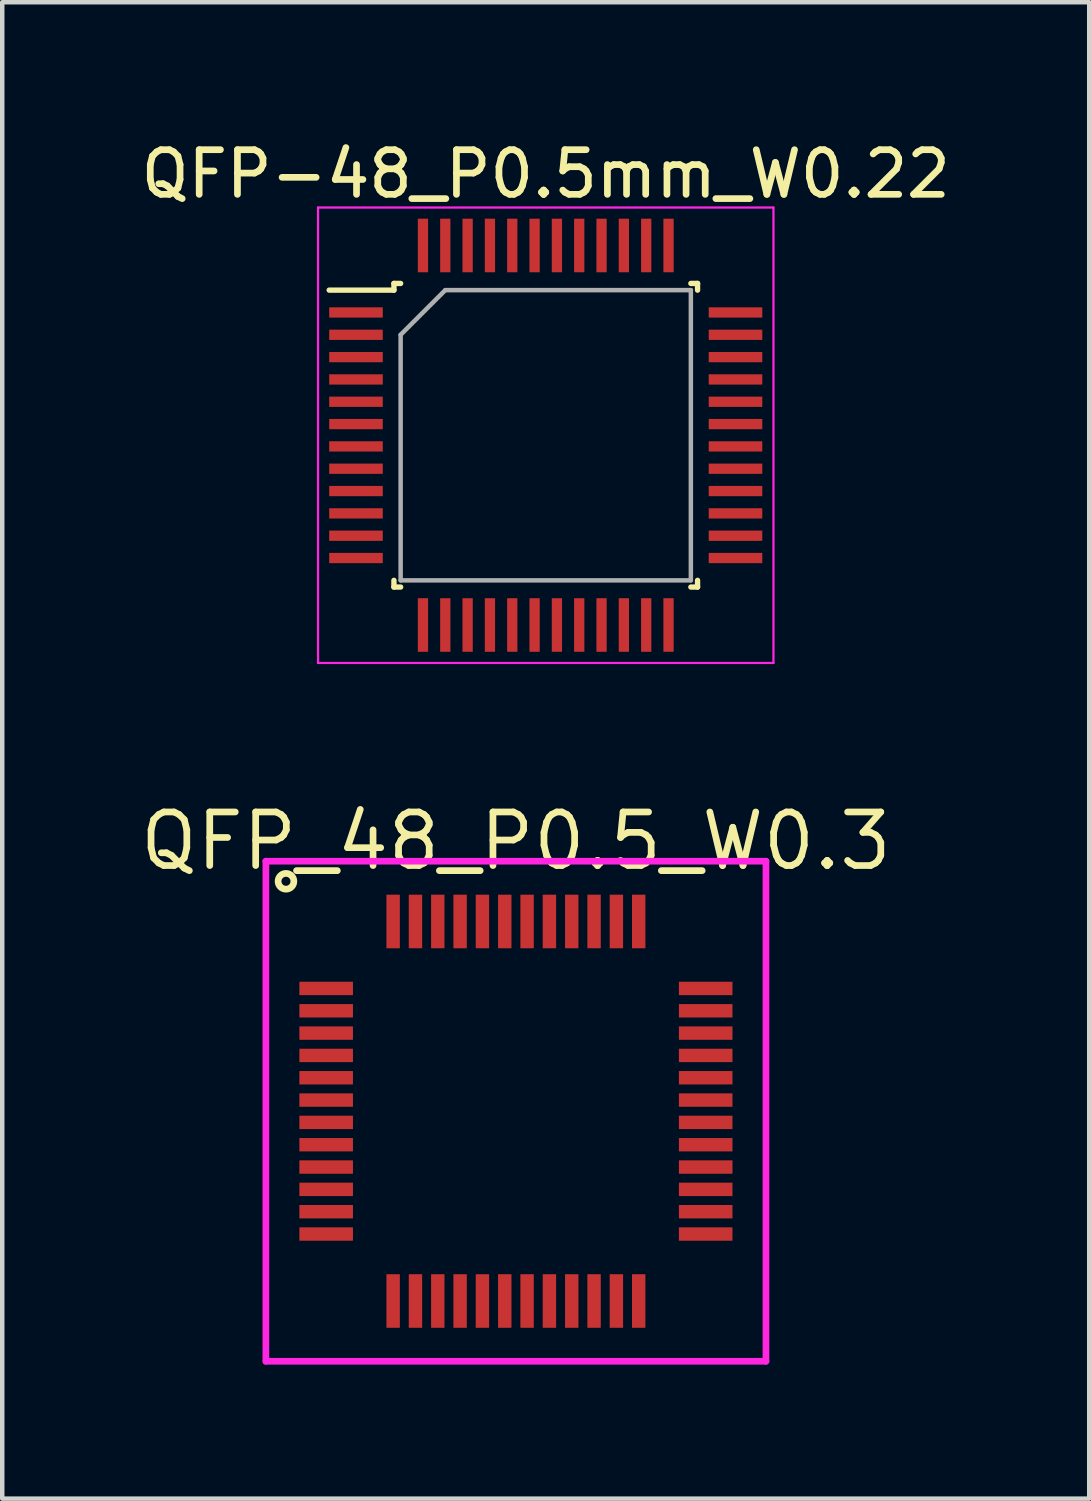
<source format=kicad_pcb>
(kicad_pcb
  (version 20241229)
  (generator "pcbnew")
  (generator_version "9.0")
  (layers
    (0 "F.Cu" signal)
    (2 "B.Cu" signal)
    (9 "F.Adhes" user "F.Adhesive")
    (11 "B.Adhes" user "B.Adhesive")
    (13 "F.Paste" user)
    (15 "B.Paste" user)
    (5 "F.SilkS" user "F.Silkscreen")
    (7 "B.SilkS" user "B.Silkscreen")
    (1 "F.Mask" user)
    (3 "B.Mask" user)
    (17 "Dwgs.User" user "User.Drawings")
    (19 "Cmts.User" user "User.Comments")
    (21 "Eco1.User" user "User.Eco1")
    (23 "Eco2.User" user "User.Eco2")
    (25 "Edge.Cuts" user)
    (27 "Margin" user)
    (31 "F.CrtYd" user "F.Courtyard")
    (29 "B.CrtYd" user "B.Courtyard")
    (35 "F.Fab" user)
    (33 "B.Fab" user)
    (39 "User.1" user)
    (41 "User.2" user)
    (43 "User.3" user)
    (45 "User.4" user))
  (footprint "QFP-48_P0.5mm_W0.22"
    (layer "F.Cu")
    (at 9.173 6.698)
    (property "Reference" "QFP-48_P0.5mm_W0.22" (at 0 -5.85 0) (layer "F.SilkS") (effects (font (size 1 1) (thickness 0.15))))
    (attr smd)
    (fp_line (start -3.4 -3.4) (end -3.4 -3.25) (stroke (width 0.12) (type solid)) (layer "F.SilkS"))
    (fp_line (start -3.4 -3.25) (end -4.85 -3.25) (stroke (width 0.12) (type solid)) (layer "F.SilkS"))
    (fp_line (start -3.4 3.4) (end -3.4 3.25) (stroke (width 0.12) (type solid)) (layer "F.SilkS"))
    (fp_line (start -3.25 -3.4) (end -3.4 -3.4) (stroke (width 0.12) (type solid)) (layer "F.SilkS"))
    (fp_line (start -3.25 3.4) (end -3.4 3.4) (stroke (width 0.12) (type solid)) (layer "F.SilkS"))
    (fp_line (start 3.25 -3.4) (end 3.4 -3.4) (stroke (width 0.12) (type solid)) (layer "F.SilkS"))
    (fp_line (start 3.25 3.4) (end 3.4 3.4) (stroke (width 0.12) (type solid)) (layer "F.SilkS"))
    (fp_line (start 3.4 -3.4) (end 3.4 -3.25) (stroke (width 0.12) (type solid)) (layer "F.SilkS"))
    (fp_line (start 3.4 3.4) (end 3.4 3.25) (stroke (width 0.12) (type solid)) (layer "F.SilkS"))
    (fp_line (start -5.1 -5.1) (end 5.1 -5.1) (stroke (width 0.05) (type solid)) (layer "F.CrtYd"))
    (fp_line (start -5.1 5.1) (end -5.1 -5.1) (stroke (width 0.05) (type solid)) (layer "F.CrtYd"))
    (fp_line (start 5.1 -5.1) (end 5.1 5.1) (stroke (width 0.05) (type solid)) (layer "F.CrtYd"))
    (fp_line (start 5.1 5.1) (end -5.1 5.1) (stroke (width 0.05) (type solid)) (layer "F.CrtYd"))
    (fp_line (start -3.25 -2.25) (end -3.25 3.25) (stroke (width 0.1) (type solid)) (layer "F.Fab"))
    (fp_line (start -3.25 3.25) (end 3.25 3.25) (stroke (width 0.1) (type solid)) (layer "F.Fab"))
    (fp_line (start -2.25 -3.25) (end -3.25 -2.25) (stroke (width 0.1) (type solid)) (layer "F.Fab"))
    (fp_line (start 3.25 -3.25) (end -2.25 -3.25) (stroke (width 0.1) (type solid)) (layer "F.Fab"))
    (fp_line (start 3.25 3.25) (end 3.25 -3.25) (stroke (width 0.1) (type solid)) (layer "F.Fab"))
    (pad "1" smd rect (at -4.25 -2.75 90) (size 0.23 1.2) (layers "F.Cu" "F.Mask" "F.Paste"))
    (pad "2" smd rect (at -4.25 -2.25 90) (size 0.23 1.2) (layers "F.Cu" "F.Mask" "F.Paste"))
    (pad "3" smd rect (at -4.25 -1.75 90) (size 0.23 1.2) (layers "F.Cu" "F.Mask" "F.Paste"))
    (pad "4" smd rect (at -4.25 -1.25 90) (size 0.23 1.2) (layers "F.Cu" "F.Mask" "F.Paste"))
    (pad "5" smd rect (at -4.25 -0.75 90) (size 0.23 1.2) (layers "F.Cu" "F.Mask" "F.Paste"))
    (pad "6" smd rect (at -4.25 -0.25 90) (size 0.23 1.2) (layers "F.Cu" "F.Mask" "F.Paste"))
    (pad "7" smd rect (at -4.25 0.25 90) (size 0.23 1.2) (layers "F.Cu" "F.Mask" "F.Paste"))
    (pad "8" smd rect (at -4.25 0.75 90) (size 0.23 1.2) (layers "F.Cu" "F.Mask" "F.Paste"))
    (pad "9" smd rect (at -4.25 1.25 90) (size 0.23 1.2) (layers "F.Cu" "F.Mask" "F.Paste"))
    (pad "10" smd rect (at -4.25 1.75 90) (size 0.23 1.2) (layers "F.Cu" "F.Mask" "F.Paste"))
    (pad "11" smd rect (at -4.25 2.25 90) (size 0.23 1.2) (layers "F.Cu" "F.Mask" "F.Paste"))
    (pad "12" smd rect (at -4.25 2.75 90) (size 0.23 1.2) (layers "F.Cu" "F.Mask" "F.Paste"))
    (pad "13" smd rect (at -2.75 4.25) (size 0.23 1.2) (layers "F.Cu" "F.Mask" "F.Paste"))
    (pad "14" smd rect (at -2.25 4.25) (size 0.23 1.2) (layers "F.Cu" "F.Mask" "F.Paste"))
    (pad "15" smd rect (at -1.75 4.25) (size 0.23 1.2) (layers "F.Cu" "F.Mask" "F.Paste"))
    (pad "16" smd rect (at -1.25 4.25) (size 0.23 1.2) (layers "F.Cu" "F.Mask" "F.Paste"))
    (pad "17" smd rect (at -0.75 4.25) (size 0.23 1.2) (layers "F.Cu" "F.Mask" "F.Paste"))
    (pad "18" smd rect (at -0.25 4.25) (size 0.23 1.2) (layers "F.Cu" "F.Mask" "F.Paste"))
    (pad "19" smd rect (at 0.25 4.25) (size 0.23 1.2) (layers "F.Cu" "F.Mask" "F.Paste"))
    (pad "20" smd rect (at 0.75 4.25) (size 0.23 1.2) (layers "F.Cu" "F.Mask" "F.Paste"))
    (pad "21" smd rect (at 1.25 4.25) (size 0.23 1.2) (layers "F.Cu" "F.Mask" "F.Paste"))
    (pad "22" smd rect (at 1.75 4.25) (size 0.23 1.2) (layers "F.Cu" "F.Mask" "F.Paste"))
    (pad "23" smd rect (at 2.25 4.25) (size 0.23 1.2) (layers "F.Cu" "F.Mask" "F.Paste"))
    (pad "24" smd rect (at 2.75 4.25) (size 0.23 1.2) (layers "F.Cu" "F.Mask" "F.Paste"))
    (pad "25" smd rect (at 4.25 2.75 90) (size 0.23 1.2) (layers "F.Cu" "F.Mask" "F.Paste"))
    (pad "26" smd rect (at 4.25 2.25 90) (size 0.23 1.2) (layers "F.Cu" "F.Mask" "F.Paste"))
    (pad "27" smd rect (at 4.25 1.75 90) (size 0.23 1.2) (layers "F.Cu" "F.Mask" "F.Paste"))
    (pad "28" smd rect (at 4.25 1.25 90) (size 0.23 1.2) (layers "F.Cu" "F.Mask" "F.Paste"))
    (pad "29" smd rect (at 4.25 0.75 90) (size 0.23 1.2) (layers "F.Cu" "F.Mask" "F.Paste"))
    (pad "30" smd rect (at 4.25 0.25 90) (size 0.23 1.2) (layers "F.Cu" "F.Mask" "F.Paste"))
    (pad "31" smd rect (at 4.25 -0.25 90) (size 0.23 1.2) (layers "F.Cu" "F.Mask" "F.Paste"))
    (pad "32" smd rect (at 4.25 -0.75 90) (size 0.23 1.2) (layers "F.Cu" "F.Mask" "F.Paste"))
    (pad "33" smd rect (at 4.25 -1.25 90) (size 0.23 1.2) (layers "F.Cu" "F.Mask" "F.Paste"))
    (pad "34" smd rect (at 4.25 -1.75 90) (size 0.23 1.2) (layers "F.Cu" "F.Mask" "F.Paste"))
    (pad "35" smd rect (at 4.25 -2.25 90) (size 0.23 1.2) (layers "F.Cu" "F.Mask" "F.Paste"))
    (pad "36" smd rect (at 4.25 -2.75 90) (size 0.23 1.2) (layers "F.Cu" "F.Mask" "F.Paste"))
    (pad "37" smd rect (at 2.75 -4.25) (size 0.23 1.2) (layers "F.Cu" "F.Mask" "F.Paste"))
    (pad "38" smd rect (at 2.25 -4.25) (size 0.23 1.2) (layers "F.Cu" "F.Mask" "F.Paste"))
    (pad "39" smd rect (at 1.75 -4.25) (size 0.23 1.2) (layers "F.Cu" "F.Mask" "F.Paste"))
    (pad "40" smd rect (at 1.25 -4.25) (size 0.23 1.2) (layers "F.Cu" "F.Mask" "F.Paste"))
    (pad "41" smd rect (at 0.75 -4.25) (size 0.23 1.2) (layers "F.Cu" "F.Mask" "F.Paste"))
    (pad "42" smd rect (at 0.25 -4.25) (size 0.23 1.2) (layers "F.Cu" "F.Mask" "F.Paste"))
    (pad "43" smd rect (at -0.25 -4.25) (size 0.23 1.2) (layers "F.Cu" "F.Mask" "F.Paste"))
    (pad "44" smd rect (at -0.75 -4.25) (size 0.23 1.2) (layers "F.Cu" "F.Mask" "F.Paste"))
    (pad "45" smd rect (at -1.25 -4.25) (size 0.23 1.2) (layers "F.Cu" "F.Mask" "F.Paste"))
    (pad "46" smd rect (at -1.75 -4.25) (size 0.23 1.2) (layers "F.Cu" "F.Mask" "F.Paste"))
    (pad "47" smd rect (at -2.25 -4.25) (size 0.23 1.2) (layers "F.Cu" "F.Mask" "F.Paste"))
    (pad "48" smd rect (at -2.75 -4.25) (size 0.23 1.2) (layers "F.Cu" "F.Mask" "F.Paste")))
  (footprint "QFP_48_P0.5_W0.3"
    (layer "F.Cu")
    (at 8.505 21.838)
    (property "Reference" "QFP_48_P0.5_W0.3" (at 0 -6.05 0) (layer "F.SilkS") (effects (font (size 1.2 1.2) (thickness 0.15))))
    (attr through_hole)
    (fp_circle (center -5.15 -5.15) (end -5.025 -5.025) (stroke (width 0.15) (type solid)) (fill no) (layer "F.SilkS"))
    (fp_line (start -5.6 -5.6) (end 5.6 -5.6) (stroke (width 0.15) (type solid)) (layer "F.CrtYd"))
    (fp_line (start -5.6 5.6) (end -5.6 -5.6) (stroke (width 0.15) (type solid)) (layer "F.CrtYd"))
    (fp_line (start 5.6 -5.6) (end 5.6 5.6) (stroke (width 0.15) (type solid)) (layer "F.CrtYd"))
    (fp_line (start 5.6 5.6) (end -5.6 5.6) (stroke (width 0.15) (type solid)) (layer "F.CrtYd"))
    (pad "1" smd rect (at -4.25 -2.75 90) (size 0.3 1.2) (layers "F.Cu" "F.Mask" "F.Paste"))
    (pad "2" smd rect (at -4.25 -2.25 90) (size 0.3 1.2) (layers "F.Cu" "F.Mask" "F.Paste"))
    (pad "3" smd rect (at -4.25 -1.75 90) (size 0.3 1.2) (layers "F.Cu" "F.Mask" "F.Paste"))
    (pad "4" smd rect (at -4.25 -1.25 90) (size 0.3 1.2) (layers "F.Cu" "F.Mask" "F.Paste"))
    (pad "5" smd rect (at -4.25 -0.75 90) (size 0.3 1.2) (layers "F.Cu" "F.Mask" "F.Paste"))
    (pad "6" smd rect (at -4.25 -0.25 90) (size 0.3 1.2) (layers "F.Cu" "F.Mask" "F.Paste"))
    (pad "7" smd rect (at -4.25 0.25 90) (size 0.3 1.2) (layers "F.Cu" "F.Mask" "F.Paste"))
    (pad "8" smd rect (at -4.25 0.75 90) (size 0.3 1.2) (layers "F.Cu" "F.Mask" "F.Paste"))
    (pad "9" smd rect (at -4.25 1.25 90) (size 0.3 1.2) (layers "F.Cu" "F.Mask" "F.Paste"))
    (pad "10" smd rect (at -4.25 1.75 90) (size 0.3 1.2) (layers "F.Cu" "F.Mask" "F.Paste"))
    (pad "11" smd rect (at -4.25 2.25 90) (size 0.3 1.2) (layers "F.Cu" "F.Mask" "F.Paste"))
    (pad "12" smd rect (at -4.25 2.75 90) (size 0.3 1.2) (layers "F.Cu" "F.Mask" "F.Paste"))
    (pad "13" smd rect (at -2.75 4.25) (size 0.3 1.2) (layers "F.Cu" "F.Mask" "F.Paste"))
    (pad "14" smd rect (at -2.25 4.25) (size 0.3 1.2) (layers "F.Cu" "F.Mask" "F.Paste"))
    (pad "15" smd rect (at -1.75 4.25) (size 0.3 1.2) (layers "F.Cu" "F.Mask" "F.Paste"))
    (pad "16" smd rect (at -1.25 4.25) (size 0.3 1.2) (layers "F.Cu" "F.Mask" "F.Paste"))
    (pad "17" smd rect (at -0.75 4.25) (size 0.3 1.2) (layers "F.Cu" "F.Mask" "F.Paste"))
    (pad "18" smd rect (at -0.25 4.25) (size 0.3 1.2) (layers "F.Cu" "F.Mask" "F.Paste"))
    (pad "19" smd rect (at 0.25 4.25) (size 0.3 1.2) (layers "F.Cu" "F.Mask" "F.Paste"))
    (pad "20" smd rect (at 0.75 4.25) (size 0.3 1.2) (layers "F.Cu" "F.Mask" "F.Paste"))
    (pad "21" smd rect (at 1.25 4.25) (size 0.3 1.2) (layers "F.Cu" "F.Mask" "F.Paste"))
    (pad "22" smd rect (at 1.75 4.25) (size 0.3 1.2) (layers "F.Cu" "F.Mask" "F.Paste"))
    (pad "23" smd rect (at 2.25 4.25) (size 0.3 1.2) (layers "F.Cu" "F.Mask" "F.Paste"))
    (pad "24" smd rect (at 2.75 4.25) (size 0.3 1.2) (layers "F.Cu" "F.Mask" "F.Paste"))
    (pad "25" smd rect (at 4.25 2.75 90) (size 0.3 1.2) (layers "F.Cu" "F.Mask" "F.Paste"))
    (pad "26" smd rect (at 4.25 2.25 90) (size 0.3 1.2) (layers "F.Cu" "F.Mask" "F.Paste"))
    (pad "27" smd rect (at 4.25 1.75 90) (size 0.3 1.2) (layers "F.Cu" "F.Mask" "F.Paste"))
    (pad "28" smd rect (at 4.25 1.25 90) (size 0.3 1.2) (layers "F.Cu" "F.Mask" "F.Paste"))
    (pad "29" smd rect (at 4.25 0.75 90) (size 0.3 1.2) (layers "F.Cu" "F.Mask" "F.Paste"))
    (pad "30" smd rect (at 4.25 0.25 90) (size 0.3 1.2) (layers "F.Cu" "F.Mask" "F.Paste"))
    (pad "31" smd rect (at 4.25 -0.25 90) (size 0.3 1.2) (layers "F.Cu" "F.Mask" "F.Paste"))
    (pad "32" smd rect (at 4.25 -0.75 90) (size 0.3 1.2) (layers "F.Cu" "F.Mask" "F.Paste"))
    (pad "33" smd rect (at 4.25 -1.25 90) (size 0.3 1.2) (layers "F.Cu" "F.Mask" "F.Paste"))
    (pad "34" smd rect (at 4.25 -1.75 90) (size 0.3 1.2) (layers "F.Cu" "F.Mask" "F.Paste"))
    (pad "35" smd rect (at 4.25 -2.25 90) (size 0.3 1.2) (layers "F.Cu" "F.Mask" "F.Paste"))
    (pad "36" smd rect (at 4.25 -2.75 90) (size 0.3 1.2) (layers "F.Cu" "F.Mask" "F.Paste"))
    (pad "37" smd rect (at 2.75 -4.25) (size 0.3 1.2) (layers "F.Cu" "F.Mask" "F.Paste"))
    (pad "38" smd rect (at 2.25 -4.25) (size 0.3 1.2) (layers "F.Cu" "F.Mask" "F.Paste"))
    (pad "39" smd rect (at 1.75 -4.25) (size 0.3 1.2) (layers "F.Cu" "F.Mask" "F.Paste"))
    (pad "40" smd rect (at 1.25 -4.25) (size 0.3 1.2) (layers "F.Cu" "F.Mask" "F.Paste"))
    (pad "41" smd rect (at 0.75 -4.25) (size 0.3 1.2) (layers "F.Cu" "F.Mask" "F.Paste"))
    (pad "42" smd rect (at 0.25 -4.25) (size 0.3 1.2) (layers "F.Cu" "F.Mask" "F.Paste"))
    (pad "43" smd rect (at -0.25 -4.25) (size 0.3 1.2) (layers "F.Cu" "F.Mask" "F.Paste"))
    (pad "44" smd rect (at -0.75 -4.25) (size 0.3 1.2) (layers "F.Cu" "F.Mask" "F.Paste"))
    (pad "45" smd rect (at -1.25 -4.25) (size 0.3 1.2) (layers "F.Cu" "F.Mask" "F.Paste"))
    (pad "46" smd rect (at -1.75 -4.25) (size 0.3 1.2) (layers "F.Cu" "F.Mask" "F.Paste"))
    (pad "47" smd rect (at -2.25 -4.25) (size 0.3 1.2) (layers "F.Cu" "F.Mask" "F.Paste"))
    (pad "48" smd rect (at -2.75 -4.25) (size 0.3 1.2) (layers "F.Cu" "F.Mask" "F.Paste")))
  (gr_rect
    (start -3 -3)
    (end 21.345 30.514)
    (stroke (width 0.1) (type default))
    (fill no)
    (layer "Edge.Cuts")))
</source>
